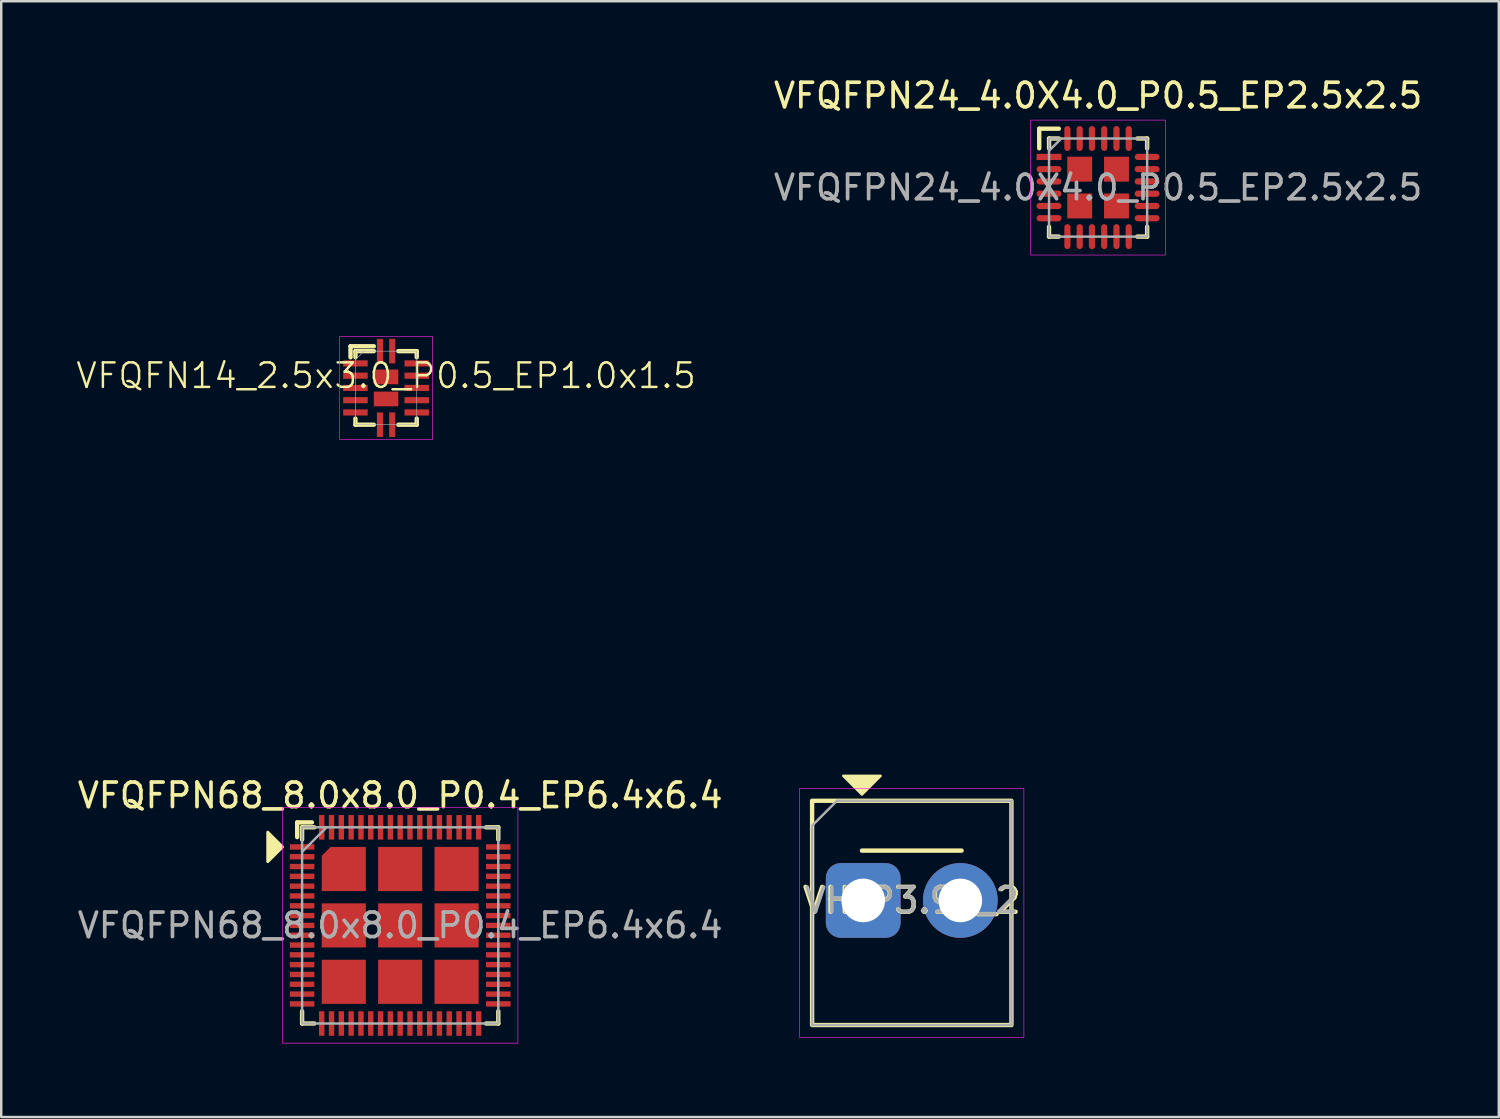
<source format=kicad_pcb>
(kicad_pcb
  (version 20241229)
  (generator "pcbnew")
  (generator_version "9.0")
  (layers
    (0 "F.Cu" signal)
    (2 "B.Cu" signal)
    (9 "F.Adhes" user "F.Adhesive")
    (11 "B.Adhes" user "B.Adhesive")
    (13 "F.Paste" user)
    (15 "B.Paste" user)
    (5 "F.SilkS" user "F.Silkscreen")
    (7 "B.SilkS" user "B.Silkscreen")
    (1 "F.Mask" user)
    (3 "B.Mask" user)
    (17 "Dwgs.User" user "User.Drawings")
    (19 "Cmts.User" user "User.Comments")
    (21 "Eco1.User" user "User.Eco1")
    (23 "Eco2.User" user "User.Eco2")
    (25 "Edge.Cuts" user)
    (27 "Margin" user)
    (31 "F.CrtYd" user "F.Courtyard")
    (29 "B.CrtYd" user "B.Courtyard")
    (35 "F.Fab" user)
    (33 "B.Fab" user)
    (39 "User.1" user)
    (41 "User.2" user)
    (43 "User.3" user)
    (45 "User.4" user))
  (footprint "VFQFN14_2.5x3.0_P0.5_EP1.0x1.5"
    (layer "F.Cu")
    (at 12.693 12.768)
    (property "Reference" "VFQFN14_2.5x3.0_P0.5_EP1.0x1.5" (at 0 -0.5 0) (unlocked yes) (layer "F.SilkS") (effects (font (size 1 1) (thickness 0.1))))
    (attr smd)
    (fp_line (start -1.45 -1.7) (end -0.5 -1.7) (stroke (width 0.178) (type default)) (layer "F.SilkS"))
    (fp_line (start -1.45 -1.25) (end -1.45 -1.7) (stroke (width 0.178) (type default)) (layer "F.SilkS"))
    (fp_line (start -1.25 -1.5) (end -1.25 -1.25) (stroke (width 0.178) (type default)) (layer "F.SilkS"))
    (fp_line (start -1.25 1.25) (end -1.25 1.5) (stroke (width 0.178) (type default)) (layer "F.SilkS"))
    (fp_line (start -1.25 1.5) (end -0.5 1.5) (stroke (width 0.178) (type default)) (layer "F.SilkS"))
    (fp_line (start -0.5 -1.5) (end -1.25 -1.5) (stroke (width 0.178) (type default)) (layer "F.SilkS"))
    (fp_line (start 0.5 1.5) (end 1.25 1.5) (stroke (width 0.178) (type default)) (layer "F.SilkS"))
    (fp_line (start 1.25 -1.5) (end 0.5 -1.5) (stroke (width 0.178) (type default)) (layer "F.SilkS"))
    (fp_line (start 1.25 -1.25) (end 1.25 -1.5) (stroke (width 0.178) (type default)) (layer "F.SilkS"))
    (fp_line (start 1.25 1.5) (end 1.25 1.25) (stroke (width 0.178) (type default)) (layer "F.SilkS"))
    (fp_rect (start -1.9 2.1) (end 1.9 -2.1) (stroke (width 0.025) (type default)) (fill no) (layer "F.CrtYd"))
    (fp_line (start -1.25 -1.15) (end -0.9 -1.5) (stroke (width 0.025) (type default)) (layer "F.Fab"))
    (fp_rect (start -1.25 1.5) (end 1.25 -1.5) (stroke (width 0.025) (type default)) (fill no) (layer "F.Fab"))
    (fp_text user "${REFERENCE}" (at 0 0 90) (unlocked yes) (layer "User.1") (effects (font (size 1 1) (thickness 0.15))))
    (pad "1" smd rect (at -0.25 -1.5) (size 0.25 1) (layers "F.Cu" "F.Mask" "F.Paste"))
    (pad "2" smd rect (at -1.25 -1) (size 1 0.25) (layers "F.Cu" "F.Mask" "F.Paste"))
    (pad "3" smd rect (at -1.25 -0.5) (size 1 0.25) (layers "F.Cu" "F.Mask" "F.Paste"))
    (pad "4" smd rect (at -1.25 0) (size 1 0.25) (layers "F.Cu" "F.Mask" "F.Paste"))
    (pad "5" smd rect (at -1.25 0.5) (size 1 0.25) (layers "F.Cu" "F.Mask" "F.Paste"))
    (pad "6" smd rect (at -1.25 1) (size 1 0.25) (layers "F.Cu" "F.Mask" "F.Paste"))
    (pad "7" smd rect (at -0.25 1.5) (size 0.25 1) (layers "F.Cu" "F.Mask" "F.Paste"))
    (pad "8" smd rect (at 0.25 1.5) (size 0.25 1) (layers "F.Cu" "F.Mask" "F.Paste"))
    (pad "9" smd rect (at 1.25 1) (size 1 0.25) (layers "F.Cu" "F.Mask" "F.Paste"))
    (pad "10" smd rect (at 1.25 0.5) (size 1 0.25) (layers "F.Cu" "F.Mask" "F.Paste"))
    (pad "11" smd rect (at 1.25 0) (size 1 0.25) (layers "F.Cu" "F.Mask" "F.Paste"))
    (pad "12" smd rect (at 1.25 -0.5) (size 1 0.25) (layers "F.Cu" "F.Mask" "F.Paste"))
    (pad "13" smd rect (at 1.25 -1) (size 1 0.25) (layers "F.Cu" "F.Mask" "F.Paste"))
    (pad "14" smd rect (at 0.25 -1.5) (size 0.25 1) (layers "F.Cu" "F.Mask" "F.Paste"))
    (pad "15" smd rect (at 0 -0.45) (size 1 0.6) (layers "F.Cu" "F.Mask" "F.Paste"))
    (pad "15" smd rect (at 0 0.45) (size 1 0.6) (layers "F.Cu" "F.Mask" "F.Paste")))
  (footprint "VH_P3.96_2"
    (layer "F.Cu")
    (at 34.128 33.666)
    (property "Reference" "VH_P3.96_2" (at 0 0 0) (layer "F.SilkS") (effects (font (size 1.016 1.016) (thickness 0.178))))
    (attr through_hole)
    (fp_line (start -2.032 -2.032) (end 2.032 -2.032) (stroke (width 0.178) (type solid)) (layer "F.SilkS"))
    (fp_rect (start -4.064 -4.064) (end 4.064 5.08) (stroke (width 0.178) (type solid)) (fill no) (layer "F.SilkS"))
    (fp_poly (pts (xy -2.032 -4.318) (xy -2.794 -5.08) (xy -1.27 -5.08)) (stroke (width 0.1) (type solid)) (fill yes) (layer "F.SilkS"))
    (fp_rect (start -4.572 5.588) (end 4.572 -4.572) (stroke (width 0.025) (type solid)) (fill no) (layer "F.CrtYd"))
    (fp_line (start -4.064 -3.048) (end -3.048 -4.064) (stroke (width 0.1) (type solid)) (layer "F.Fab"))
    (fp_line (start -4.064 5.08) (end -4.064 -3.048) (stroke (width 0.1) (type solid)) (layer "F.Fab"))
    (fp_line (start -3.048 -4.064) (end 4.064 -4.064) (stroke (width 0.1) (type solid)) (layer "F.Fab"))
    (fp_line (start 4.064 -4.064) (end 4.064 5.08) (stroke (width 0.1) (type solid)) (layer "F.Fab"))
    (fp_line (start 4.064 5.08) (end -4.064 5.08) (stroke (width 0.1) (type solid)) (layer "F.Fab"))
    (fp_text user "${REFERENCE}" (at 0 0 0) (layer "F.Fab") (effects (font (size 1 1) (thickness 0.15))))
    (pad "1" thru_hole roundrect (at -1.98 0) (size 3.048 3.048) (drill 1.778) (layers "*.Cu" "*.Mask") (roundrect_rratio 0.2))
    (pad "2" thru_hole circle (at 1.98 0) (size 3.048 3.048) (drill 1.778) (layers "*.Cu" "*.Mask")))
  (footprint "VFQFPN68_8.0x8.0_P0.4_EP6.4x6.4"
    (layer "F.Cu")
    (at 13.268 34.684)
    (property "Reference" "VFQFPN68_8.0x8.0_P0.4_EP6.4x6.4" (at 0 -5.3 0) (unlocked yes) (layer "F.SilkS") (effects (font (size 1 1) (thickness 0.15))))
    (attr smd)
    (fp_line (start -4.2 -4.2) (end -3.6 -4.2) (stroke (width 0.178) (type solid)) (layer "F.SilkS"))
    (fp_line (start -4.2 -3.6) (end -4.2 -4.2) (stroke (width 0.178) (type solid)) (layer "F.SilkS"))
    (fp_line (start -4 -4) (end -3.5 -4) (stroke (width 0.178) (type solid)) (layer "F.SilkS"))
    (fp_line (start -4 -3.5) (end -4 -4) (stroke (width 0.178) (type solid)) (layer "F.SilkS"))
    (fp_line (start -4 3.5) (end -4 4) (stroke (width 0.178) (type solid)) (layer "F.SilkS"))
    (fp_line (start -4 4) (end -3.5 4) (stroke (width 0.178) (type solid)) (layer "F.SilkS"))
    (fp_line (start 3.5 4) (end 4 4) (stroke (width 0.178) (type solid)) (layer "F.SilkS"))
    (fp_line (start 4 -4) (end 3.5 -4) (stroke (width 0.178) (type solid)) (layer "F.SilkS"))
    (fp_line (start 4 -3.5) (end 4 -4) (stroke (width 0.178) (type solid)) (layer "F.SilkS"))
    (fp_line (start 4 4) (end 4 3.5) (stroke (width 0.178) (type solid)) (layer "F.SilkS"))
    (fp_poly (pts (xy -4.8 -3.2) (xy -5.4 -2.6) (xy -5.4 -3.8)) (stroke (width 0.12) (type solid)) (fill yes) (layer "F.SilkS"))
    (fp_rect (start -4.8 4.8) (end 4.8 -4.8) (stroke (width 0.025) (type solid)) (fill no) (layer "F.CrtYd"))
    (fp_line (start -4 -3) (end -3 -4) (stroke (width 0.1) (type solid)) (layer "F.Fab"))
    (fp_rect (start -4 -4) (end 4 4) (stroke (width 0.1) (type solid)) (fill no) (layer "F.Fab"))
    (fp_text user "${REFERENCE}" (at 0 0 0) (unlocked yes) (layer "F.Fab") (effects (font (size 1 1) (thickness 0.15))))
    (pad "1" smd rect (at -4 -3.2) (size 1 0.22) (layers "F.Cu" "F.Mask" "F.Paste"))
    (pad "2" smd rect (at -4 -2.8) (size 1 0.22) (layers "F.Cu" "F.Mask" "F.Paste"))
    (pad "3" smd rect (at -4 -2.4) (size 1 0.22) (layers "F.Cu" "F.Mask" "F.Paste"))
    (pad "4" smd rect (at -4 -2) (size 1 0.22) (layers "F.Cu" "F.Mask" "F.Paste"))
    (pad "5" smd rect (at -4 -1.6) (size 1 0.22) (layers "F.Cu" "F.Mask" "F.Paste"))
    (pad "6" smd rect (at -4 -1.2) (size 1 0.22) (layers "F.Cu" "F.Mask" "F.Paste"))
    (pad "7" smd rect (at -4 -0.8) (size 1 0.22) (layers "F.Cu" "F.Mask" "F.Paste"))
    (pad "8" smd rect (at -4 -0.4) (size 1 0.22) (layers "F.Cu" "F.Mask" "F.Paste"))
    (pad "9" smd rect (at -4 0) (size 1 0.22) (layers "F.Cu" "F.Mask" "F.Paste"))
    (pad "10" smd rect (at -4 0.4) (size 1 0.22) (layers "F.Cu" "F.Mask" "F.Paste"))
    (pad "11" smd rect (at -4 0.8) (size 1 0.22) (layers "F.Cu" "F.Mask" "F.Paste"))
    (pad "12" smd rect (at -4 1.2) (size 1 0.22) (layers "F.Cu" "F.Mask" "F.Paste"))
    (pad "13" smd rect (at -4 1.6) (size 1 0.22) (layers "F.Cu" "F.Mask" "F.Paste"))
    (pad "14" smd rect (at -4 2) (size 1 0.22) (layers "F.Cu" "F.Mask" "F.Paste"))
    (pad "15" smd rect (at -4 2.4) (size 1 0.22) (layers "F.Cu" "F.Mask" "F.Paste"))
    (pad "16" smd rect (at -4 2.8) (size 1 0.22) (layers "F.Cu" "F.Mask" "F.Paste"))
    (pad "17" smd rect (at -4 3.2) (size 1 0.22) (layers "F.Cu" "F.Mask" "F.Paste"))
    (pad "18" smd rect (at -3.2 4) (size 0.22 1) (layers "F.Cu" "F.Mask" "F.Paste"))
    (pad "19" smd rect (at -2.8 4) (size 0.22 1) (layers "F.Cu" "F.Mask" "F.Paste"))
    (pad "20" smd rect (at -2.4 4) (size 0.22 1) (layers "F.Cu" "F.Mask" "F.Paste"))
    (pad "21" smd rect (at -2 4) (size 0.22 1) (layers "F.Cu" "F.Mask" "F.Paste"))
    (pad "22" smd rect (at -1.6 4) (size 0.22 1) (layers "F.Cu" "F.Mask" "F.Paste"))
    (pad "23" smd rect (at -1.2 4) (size 0.22 1) (layers "F.Cu" "F.Mask" "F.Paste"))
    (pad "24" smd rect (at -0.8 4) (size 0.22 1) (layers "F.Cu" "F.Mask" "F.Paste"))
    (pad "25" smd rect (at -0.4 4) (size 0.22 1) (layers "F.Cu" "F.Mask" "F.Paste"))
    (pad "26" smd rect (at 0 4) (size 0.22 1) (layers "F.Cu" "F.Mask" "F.Paste"))
    (pad "27" smd rect (at 0.4 4) (size 0.22 1) (layers "F.Cu" "F.Mask" "F.Paste"))
    (pad "28" smd rect (at 0.8 4) (size 0.22 1) (layers "F.Cu" "F.Mask" "F.Paste"))
    (pad "29" smd rect (at 1.2 4) (size 0.22 1) (layers "F.Cu" "F.Mask" "F.Paste"))
    (pad "30" smd rect (at 1.6 4) (size 0.22 1) (layers "F.Cu" "F.Mask" "F.Paste"))
    (pad "31" smd rect (at 2 4) (size 0.22 1) (layers "F.Cu" "F.Mask" "F.Paste"))
    (pad "32" smd rect (at 2.4 4) (size 0.22 1) (layers "F.Cu" "F.Mask" "F.Paste"))
    (pad "33" smd rect (at 2.8 4) (size 0.22 1) (layers "F.Cu" "F.Mask" "F.Paste"))
    (pad "34" smd rect (at 3.2 4) (size 0.22 1) (layers "F.Cu" "F.Mask" "F.Paste"))
    (pad "35" smd rect (at 4 3.2) (size 1 0.22) (layers "F.Cu" "F.Mask" "F.Paste"))
    (pad "36" smd rect (at 4 2.8) (size 1 0.22) (layers "F.Cu" "F.Mask" "F.Paste"))
    (pad "37" smd rect (at 4 2.4) (size 1 0.22) (layers "F.Cu" "F.Mask" "F.Paste"))
    (pad "38" smd rect (at 4 2) (size 1 0.22) (layers "F.Cu" "F.Mask" "F.Paste"))
    (pad "39" smd rect (at 4 1.6) (size 1 0.22) (layers "F.Cu" "F.Mask" "F.Paste"))
    (pad "40" smd rect (at 4 1.2) (size 1 0.22) (layers "F.Cu" "F.Mask" "F.Paste"))
    (pad "41" smd rect (at 4 0.8) (size 1 0.22) (layers "F.Cu" "F.Mask" "F.Paste"))
    (pad "42" smd rect (at 4 0.4) (size 1 0.22) (layers "F.Cu" "F.Mask" "F.Paste"))
    (pad "43" smd rect (at 4 0) (size 1 0.22) (layers "F.Cu" "F.Mask" "F.Paste"))
    (pad "44" smd rect (at 4 -0.4) (size 1 0.22) (layers "F.Cu" "F.Mask" "F.Paste"))
    (pad "45" smd rect (at 4 -0.8) (size 1 0.22) (layers "F.Cu" "F.Mask" "F.Paste"))
    (pad "46" smd rect (at 4 -1.2) (size 1 0.22) (layers "F.Cu" "F.Mask" "F.Paste"))
    (pad "47" smd rect (at 4 -1.6) (size 1 0.22) (layers "F.Cu" "F.Mask" "F.Paste"))
    (pad "48" smd rect (at 4 -2) (size 1 0.22) (layers "F.Cu" "F.Mask" "F.Paste"))
    (pad "49" smd rect (at 4 -2.4) (size 1 0.22) (layers "F.Cu" "F.Mask" "F.Paste"))
    (pad "50" smd rect (at 4 -2.8) (size 1 0.22) (layers "F.Cu" "F.Mask" "F.Paste"))
    (pad "51" smd rect (at 4 -3.2) (size 1 0.22) (layers "F.Cu" "F.Mask" "F.Paste"))
    (pad "52" smd rect (at 3.2 -4) (size 0.22 1) (layers "F.Cu" "F.Mask" "F.Paste"))
    (pad "53" smd rect (at 2.8 -4) (size 0.22 1) (layers "F.Cu" "F.Mask" "F.Paste"))
    (pad "54" smd rect (at 2.4 -4) (size 0.22 1) (layers "F.Cu" "F.Mask" "F.Paste"))
    (pad "55" smd rect (at 2 -4) (size 0.22 1) (layers "F.Cu" "F.Mask" "F.Paste"))
    (pad "56" smd rect (at 1.6 -4) (size 0.22 1) (layers "F.Cu" "F.Mask" "F.Paste"))
    (pad "57" smd rect (at 1.2 -4) (size 0.22 1) (layers "F.Cu" "F.Mask" "F.Paste"))
    (pad "58" smd rect (at 0.8 -4) (size 0.22 1) (layers "F.Cu" "F.Mask" "F.Paste"))
    (pad "59" smd rect (at 0.4 -4) (size 0.22 1) (layers "F.Cu" "F.Mask" "F.Paste"))
    (pad "60" smd rect (at 0 -4) (size 0.22 1) (layers "F.Cu" "F.Mask" "F.Paste"))
    (pad "61" smd rect (at -0.4 -4) (size 0.22 1) (layers "F.Cu" "F.Mask" "F.Paste"))
    (pad "62" smd rect (at -0.8 -4) (size 0.22 1) (layers "F.Cu" "F.Mask" "F.Paste"))
    (pad "63" smd rect (at -1.2 -4) (size 0.22 1) (layers "F.Cu" "F.Mask" "F.Paste"))
    (pad "64" smd rect (at -1.6 -4) (size 0.22 1) (layers "F.Cu" "F.Mask" "F.Paste"))
    (pad "65" smd rect (at -2 -4) (size 0.22 1) (layers "F.Cu" "F.Mask" "F.Paste"))
    (pad "66" smd rect (at -2.4 -4) (size 0.22 1) (layers "F.Cu" "F.Mask" "F.Paste"))
    (pad "67" smd rect (at -2.8 -4) (size 0.22 1) (layers "F.Cu" "F.Mask" "F.Paste"))
    (pad "68" smd rect (at -3.2 -4) (size 0.22 1) (layers "F.Cu" "F.Mask" "F.Paste"))
    (pad "69" smd roundrect (at -2.3 -2.3) (size 1.8 1.8) (layers "F.Cu" "F.Mask" "F.Paste") (roundrect_rratio 0) (chamfer_ratio 0.2) (chamfer top_left))
    (pad "69" smd rect (at -2.3 0) (size 1.8 1.8) (layers "F.Cu" "F.Mask" "F.Paste"))
    (pad "69" smd rect (at -2.3 2.3) (size 1.8 1.8) (layers "F.Cu" "F.Mask" "F.Paste"))
    (pad "69" smd rect (at 0 -2.3) (size 1.8 1.8) (layers "F.Cu" "F.Mask" "F.Paste"))
    (pad "69" smd rect (at 0 0) (size 1.8 1.8) (layers "F.Cu" "F.Mask" "F.Paste"))
    (pad "69" smd rect (at 0 2.3) (size 1.8 1.8) (layers "F.Cu" "F.Mask" "F.Paste"))
    (pad "69" smd rect (at 2.3 -2.3) (size 1.8 1.8) (layers "F.Cu" "F.Mask" "F.Paste"))
    (pad "69" smd rect (at 2.3 0) (size 1.8 1.8) (layers "F.Cu" "F.Mask" "F.Paste"))
    (pad "69" smd rect (at 2.3 2.3) (size 1.8 1.8) (layers "F.Cu" "F.Mask" "F.Paste")))
  (footprint "VFQFPN24_4.0X4.0_P0.5_EP2.5x2.5"
    (layer "F.Cu")
    (at 41.725 4.598)
    (property "Reference" "VFQFPN24_4.0X4.0_P0.5_EP2.5x2.5" (at 0 -3.75 0) (unlocked yes) (layer "F.SilkS") (effects (font (size 1 1) (thickness 0.15))))
    (attr smd)
    (fp_line (start -2.4 -2.4) (end -1.6 -2.4) (stroke (width 0.178) (type solid)) (layer "F.SilkS"))
    (fp_line (start -2.4 -1.6) (end -2.4 -2.4) (stroke (width 0.178) (type solid)) (layer "F.SilkS"))
    (fp_line (start -2 -2) (end -1.6 -2) (stroke (width 0.178) (type solid)) (layer "F.SilkS"))
    (fp_line (start -2 -1.6) (end -2 -2) (stroke (width 0.178) (type solid)) (layer "F.SilkS"))
    (fp_line (start -2 1.6) (end -2 2) (stroke (width 0.178) (type solid)) (layer "F.SilkS"))
    (fp_line (start -2 2) (end -1.6 2) (stroke (width 0.178) (type solid)) (layer "F.SilkS"))
    (fp_line (start 1.6 -2) (end 2 -2) (stroke (width 0.178) (type solid)) (layer "F.SilkS"))
    (fp_line (start 2 -2) (end 2 -1.6) (stroke (width 0.178) (type solid)) (layer "F.SilkS"))
    (fp_line (start 2 1.6) (end 2 2) (stroke (width 0.178) (type solid)) (layer "F.SilkS"))
    (fp_line (start 2 2) (end 1.6 2) (stroke (width 0.178) (type solid)) (layer "F.SilkS"))
    (fp_rect (start -2.75 -2.75) (end 2.75 2.75) (stroke (width 0.025) (type solid)) (fill no) (layer "F.CrtYd"))
    (fp_line (start -2 -1.5) (end -1.5 -2) (stroke (width 0.1) (type solid)) (layer "F.Fab"))
    (fp_rect (start -2 -2) (end 2 2) (stroke (width 0.1) (type solid)) (fill no) (layer "F.Fab"))
    (fp_text user "${REFERENCE}" (at 0 0 0) (unlocked yes) (layer "F.Fab") (effects (font (size 1 1) (thickness 0.15))))
    (pad "1" smd rect (at -2 -1.25) (size 1.016 0.254) (layers "F.Cu" "F.Mask" "F.Paste"))
    (pad "2" smd oval (at -2 -0.75) (size 1.016 0.254) (layers "F.Cu" "F.Mask" "F.Paste"))
    (pad "3" smd oval (at -2 -0.25) (size 1.016 0.254) (layers "F.Cu" "F.Mask" "F.Paste"))
    (pad "4" smd oval (at -2 0.25) (size 1.016 0.254) (layers "F.Cu" "F.Mask" "F.Paste"))
    (pad "5" smd oval (at -2 0.75) (size 1.016 0.254) (layers "F.Cu" "F.Mask" "F.Paste"))
    (pad "6" smd oval (at -2 1.25) (size 1.016 0.254) (layers "F.Cu" "F.Mask" "F.Paste"))
    (pad "7" smd oval (at -1.25 2) (size 0.254 1.016) (layers "F.Cu" "F.Mask" "F.Paste"))
    (pad "8" smd oval (at -0.75 2) (size 0.254 1.016) (layers "F.Cu" "F.Mask" "F.Paste"))
    (pad "9" smd oval (at -0.25 2) (size 0.254 1.016) (layers "F.Cu" "F.Mask" "F.Paste"))
    (pad "10" smd oval (at 0.25 2) (size 0.254 1.016) (layers "F.Cu" "F.Mask" "F.Paste"))
    (pad "11" smd oval (at 0.75 2) (size 0.254 1.016) (layers "F.Cu" "F.Mask" "F.Paste"))
    (pad "12" smd oval (at 1.25 2) (size 0.254 1.016) (layers "F.Cu" "F.Mask" "F.Paste"))
    (pad "13" smd oval (at 2 1.25) (size 1.016 0.254) (layers "F.Cu" "F.Mask" "F.Paste"))
    (pad "14" smd oval (at 2 0.75) (size 1.016 0.254) (layers "F.Cu" "F.Mask" "F.Paste"))
    (pad "15" smd oval (at 2 0.25) (size 1.016 0.254) (layers "F.Cu" "F.Mask" "F.Paste"))
    (pad "16" smd oval (at 2 -0.25) (size 1.016 0.254) (layers "F.Cu" "F.Mask" "F.Paste"))
    (pad "17" smd oval (at 2 -0.75) (size 1.016 0.254) (layers "F.Cu" "F.Mask" "F.Paste"))
    (pad "18" smd oval (at 2 -1.25) (size 1.016 0.254) (layers "F.Cu" "F.Mask" "F.Paste"))
    (pad "19" smd oval (at 1.25 -2) (size 0.254 1.016) (layers "F.Cu" "F.Mask" "F.Paste"))
    (pad "20" smd oval (at 0.75 -2) (size 0.254 1.016) (layers "F.Cu" "F.Mask" "F.Paste"))
    (pad "21" smd oval (at 0.25 -2) (size 0.254 1.016) (layers "F.Cu" "F.Mask" "F.Paste"))
    (pad "22" smd oval (at -0.25 -2) (size 0.254 1.016) (layers "F.Cu" "F.Mask" "F.Paste"))
    (pad "23" smd oval (at -0.75 -2) (size 0.254 1.016) (layers "F.Cu" "F.Mask" "F.Paste"))
    (pad "24" smd oval (at -1.25 -2) (size 0.254 1.016) (layers "F.Cu" "F.Mask" "F.Paste"))
    (pad "25" smd rect (at -0.75 -0.75) (size 1.016 1.016) (layers "F.Cu" "F.Mask" "F.Paste"))
    (pad "25" smd rect (at -0.75 0.75) (size 1.016 1.016) (layers "F.Cu" "F.Mask" "F.Paste"))
    (pad "25" smd rect (at 0.75 -0.75) (size 1.016 1.016) (layers "F.Cu" "F.Mask" "F.Paste"))
    (pad "25" smd rect (at 0.75 0.75) (size 1.016 1.016) (layers "F.Cu" "F.Mask" "F.Paste")))
  (gr_rect
    (start -3 -3)
    (end 58.064 42.497)
    (stroke (width 0.1) (type default))
    (fill no)
    (layer "Edge.Cuts")))
</source>
